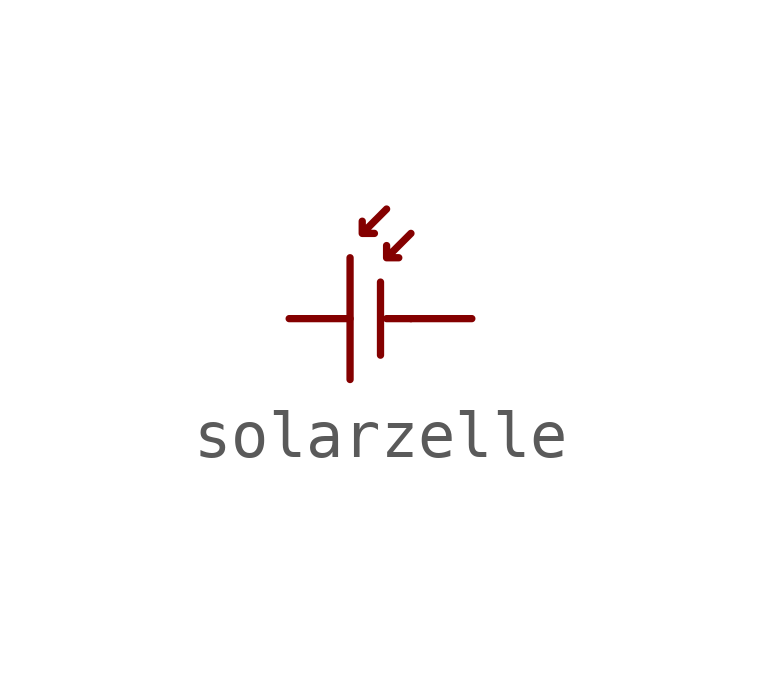
<source format=kicad_sym>
(kicad_symbol_lib
  (version 20211014)
  (generator kicad_symbol_editor)
  (symbol "solarzelle"
    (pin_numbers hide)
    (pin_names
      (offset 0) hide)
    (property "Reference" "U"
      (at -3.81 2.54 0)
      (effects (font (size 1.27 1.27)) hide))
    (symbol "solarzelle_0_1"
      (polyline (pts (xy 1.27 1.27) (xy 1.27 -1.27)) (stroke (width 0) (type default) (color 0 0 0 0)) (fill (type none)))
      (polyline (pts (xy 1.905 0.762) (xy 1.905 -0.762)) (stroke (width 0) (type default) (color 0 0 0 0)) (fill (type none)))
      (polyline (pts (xy 2.54 0) (xy 2.032 0)) (stroke (width 0) (type default) (color 0 0 0 0)) (fill (type none)))
      (polyline (pts (xy 1.524 2.032) (xy 1.524 1.778) (xy 1.778 1.778) (xy 1.524 1.778) (xy 2.032 2.286)) (stroke (width 0) (type default) (color 0 0 0 0)) (fill (type none)))
      (polyline (pts (xy 2.032 1.524) (xy 2.032 1.27) (xy 2.286 1.27) (xy 2.032 1.27) (xy 2.54 1.778)) (stroke (width 0) (type default) (color 0 0 0 0)) (fill (type none))))
    (symbol "solarzelle_1_1"
      (pin passive line (at 0 0 0) (length 1.27) (name "2" (effects (font (size 1.27 1.27)))) (number "2" (effects (font (size 1.27 1.27)))))
      (pin passive line (at 3.81 0 180) (length 1.27) (name "2" (effects (font (size 1.27 1.27)))) (number "2" (effects (font (size 1.27 1.27))))))))
</source>
